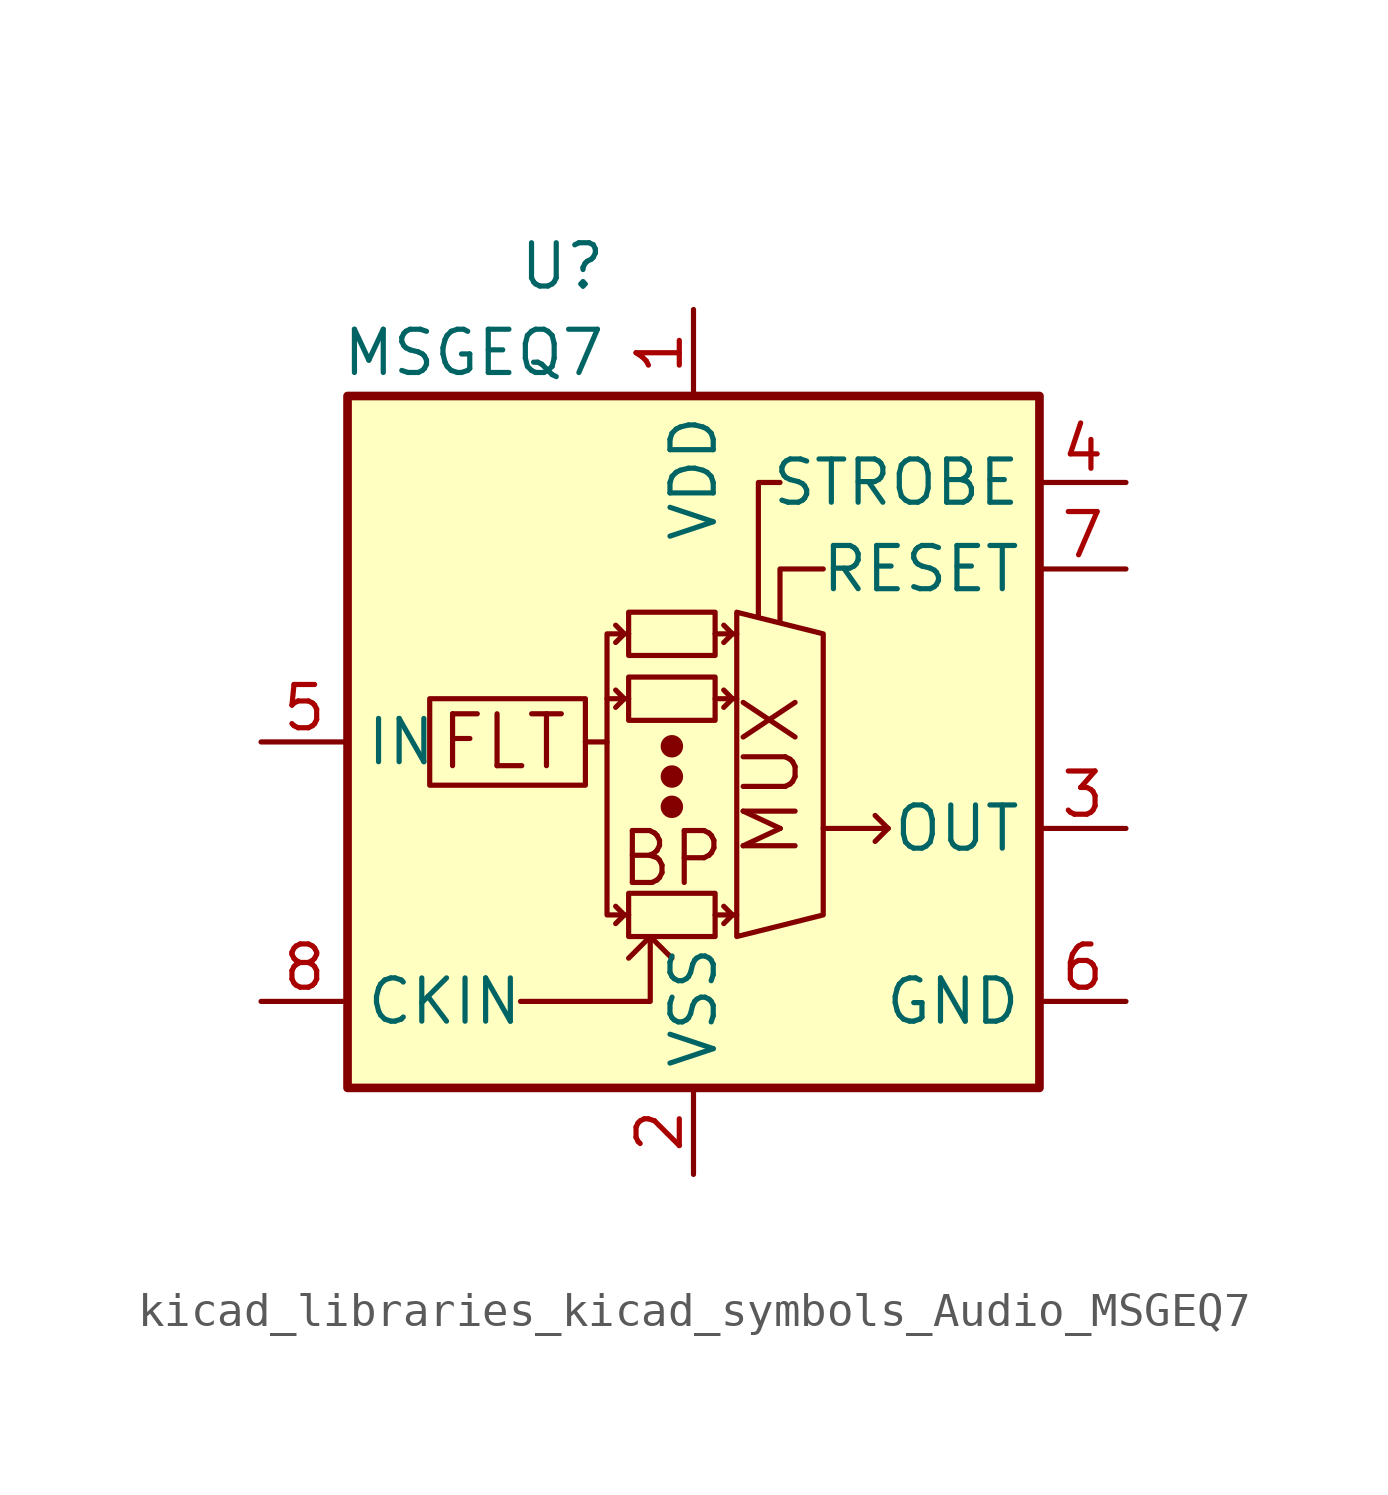
<source format=kicad_sym>
(kicad_symbol_lib
  (version 20220914)
  (generator kicad_symbol_editor)
  (symbol "kicad_libraries_kicad_symbols_Audio_MSGEQ7"
    (property "Reference" "U"
      (at -2.54 13.97 0)
      (effects (font (size 1.27 1.27)) (justify right)))
    (property "Value" "MSGEQ7"
      (at -2.54 11.43 0)
      (effects (font (size 1.27 1.27)) (justify right)))
    (symbol "kicad_libraries_kicad_symbols_Audio_MSGEQ7_0_0"
      (polyline (pts (xy -5.08 -7.62) (xy -1.27 -7.62) (xy -1.27 -5.715)) (stroke (width 0) (type default)) (fill (type none)))
      (polyline (pts (xy -1.905 -6.35) (xy -1.27 -5.715) (xy -0.635 -6.35)) (stroke (width 0) (type default)) (fill (type none)))
      (polyline (pts (xy 2.54 7.62) (xy 1.905 7.62) (xy 1.905 3.683)) (stroke (width 0) (type default)) (fill (type none)))
      (polyline (pts (xy 3.81 5.08) (xy 2.54 5.08) (xy 2.54 3.556)) (stroke (width 0) (type default)) (fill (type none)))
      (text "BP" (at -0.635 -3.429 0) (effects (font (size 1.524 1.524))))
      (text "FLT" (at -5.588 0 0) (effects (font (size 1.524 1.524))))
      (text "MUX" (at 2.286 -1.016 900) (effects (font (size 1.524 1.524)))))
    (symbol "kicad_libraries_kicad_symbols_Audio_MSGEQ7_0_1"
      (rectangle (start -3.175 -1.27) (end -7.747 1.27) (stroke (width 0) (type default)) (fill (type none)))
      (rectangle (start -1.905 -4.445) (end 0.635 -5.715) (stroke (width 0) (type default)) (fill (type none)))
      (rectangle (start -1.905 1.905) (end 0.635 0.635) (stroke (width 0) (type default)) (fill (type none)))
      (circle (center -0.635 -1.905) (radius 0.254) (stroke (width 0) (type default)) (fill (type outline)))
      (circle (center -0.635 -1.016) (radius 0.254) (stroke (width 0) (type default)) (fill (type outline)))
      (circle (center -0.635 -0.127) (radius 0.254) (stroke (width 0) (type default)) (fill (type outline)))
      (polyline (pts (xy -3.175 0) (xy -2.54 0)) (stroke (width 0) (type default)) (fill (type none)))
      (polyline (pts (xy -2.54 1.27) (xy -1.905 1.27)) (stroke (width 0) (type default)) (fill (type none)))
      (polyline (pts (xy 0.635 -5.08) (xy 1.27 -5.08)) (stroke (width 0) (type default)) (fill (type none)))
      (polyline (pts (xy 0.635 1.27) (xy 1.27 1.27)) (stroke (width 0) (type default)) (fill (type none)))
      (polyline (pts (xy 0.635 3.175) (xy 1.27 3.175)) (stroke (width 0) (type default)) (fill (type none)))
      (polyline (pts (xy 3.81 -2.54) (xy 5.715 -2.54)) (stroke (width 0) (type default)) (fill (type none)))
      (polyline (pts (xy 5.715 -2.54) (xy 5.334 -2.921)) (stroke (width 0) (type default)) (fill (type none)))
      (polyline (pts (xy 5.715 -2.54) (xy 5.334 -2.159)) (stroke (width 0) (type default)) (fill (type none)))
      (polyline (pts (xy -2.286 -4.826) (xy -2.032 -5.08) (xy -2.286 -5.334)) (stroke (width 0) (type default)) (fill (type none)))
      (polyline (pts (xy -2.286 1.524) (xy -2.032 1.27) (xy -2.286 1.016)) (stroke (width 0) (type default)) (fill (type none)))
      (polyline (pts (xy -2.286 3.429) (xy -2.032 3.175) (xy -2.286 2.921)) (stroke (width 0) (type default)) (fill (type none)))
      (polyline (pts (xy 0.889 -4.826) (xy 1.143 -5.08) (xy 0.889 -5.334)) (stroke (width 0) (type default)) (fill (type none)))
      (polyline (pts (xy 0.889 1.524) (xy 1.143 1.27) (xy 0.889 1.016)) (stroke (width 0) (type default)) (fill (type none)))
      (polyline (pts (xy 0.889 3.429) (xy 1.143 3.175) (xy 0.889 2.921)) (stroke (width 0) (type default)) (fill (type none)))
      (polyline (pts (xy -1.905 3.175) (xy -2.54 3.175) (xy -2.54 -5.08) (xy -1.905 -5.08)) (stroke (width 0) (type default)) (fill (type none)))
      (polyline (pts (xy 1.27 3.81) (xy 1.27 -5.715) (xy 3.81 -5.08) (xy 3.81 3.175) (xy 1.27 3.81)) (stroke (width 0) (type default)) (fill (type none)))
      (rectangle (start 0.635 2.54) (end -1.905 3.81) (stroke (width 0) (type default)) (fill (type none)))
      (rectangle (start 10.16 10.16) (end -10.16 -10.16) (stroke (width 0.254) (type default)) (fill (type background))))
    (symbol "kicad_libraries_kicad_symbols_Audio_MSGEQ7_1_1"
      (pin power_in line (at 0 12.7 270) (length 2.54) (name "VDD" (effects (font (size 1.27 1.27)))) (number "1" (effects (font (size 1.27 1.27)))))
      (pin power_in line (at 0 -12.7 90) (length 2.54) (name "VSS" (effects (font (size 1.27 1.27)))) (number "2" (effects (font (size 1.27 1.27)))))
      (pin output line (at 12.7 -2.54 180) (length 2.54) (name "OUT" (effects (font (size 1.27 1.27)))) (number "3" (effects (font (size 1.27 1.27)))))
      (pin input line (at 12.7 7.62 180) (length 2.54) (name "STROBE" (effects (font (size 1.27 1.27)))) (number "4" (effects (font (size 1.27 1.27)))))
      (pin input line (at -12.7 0 0) (length 2.54) (name "IN" (effects (font (size 1.27 1.27)))) (number "5" (effects (font (size 1.27 1.27)))))
      (pin power_out line (at 12.7 -7.62 180) (length 2.54) (name "GND" (effects (font (size 1.27 1.27)))) (number "6" (effects (font (size 1.27 1.27)))))
      (pin input line (at 12.7 5.08 180) (length 2.54) (name "RESET" (effects (font (size 1.27 1.27)))) (number "7" (effects (font (size 1.27 1.27)))))
      (pin input line (at -12.7 -7.62 0) (length 2.54) (name "CKIN" (effects (font (size 1.27 1.27)))) (number "8" (effects (font (size 1.27 1.27))))))))
</source>
